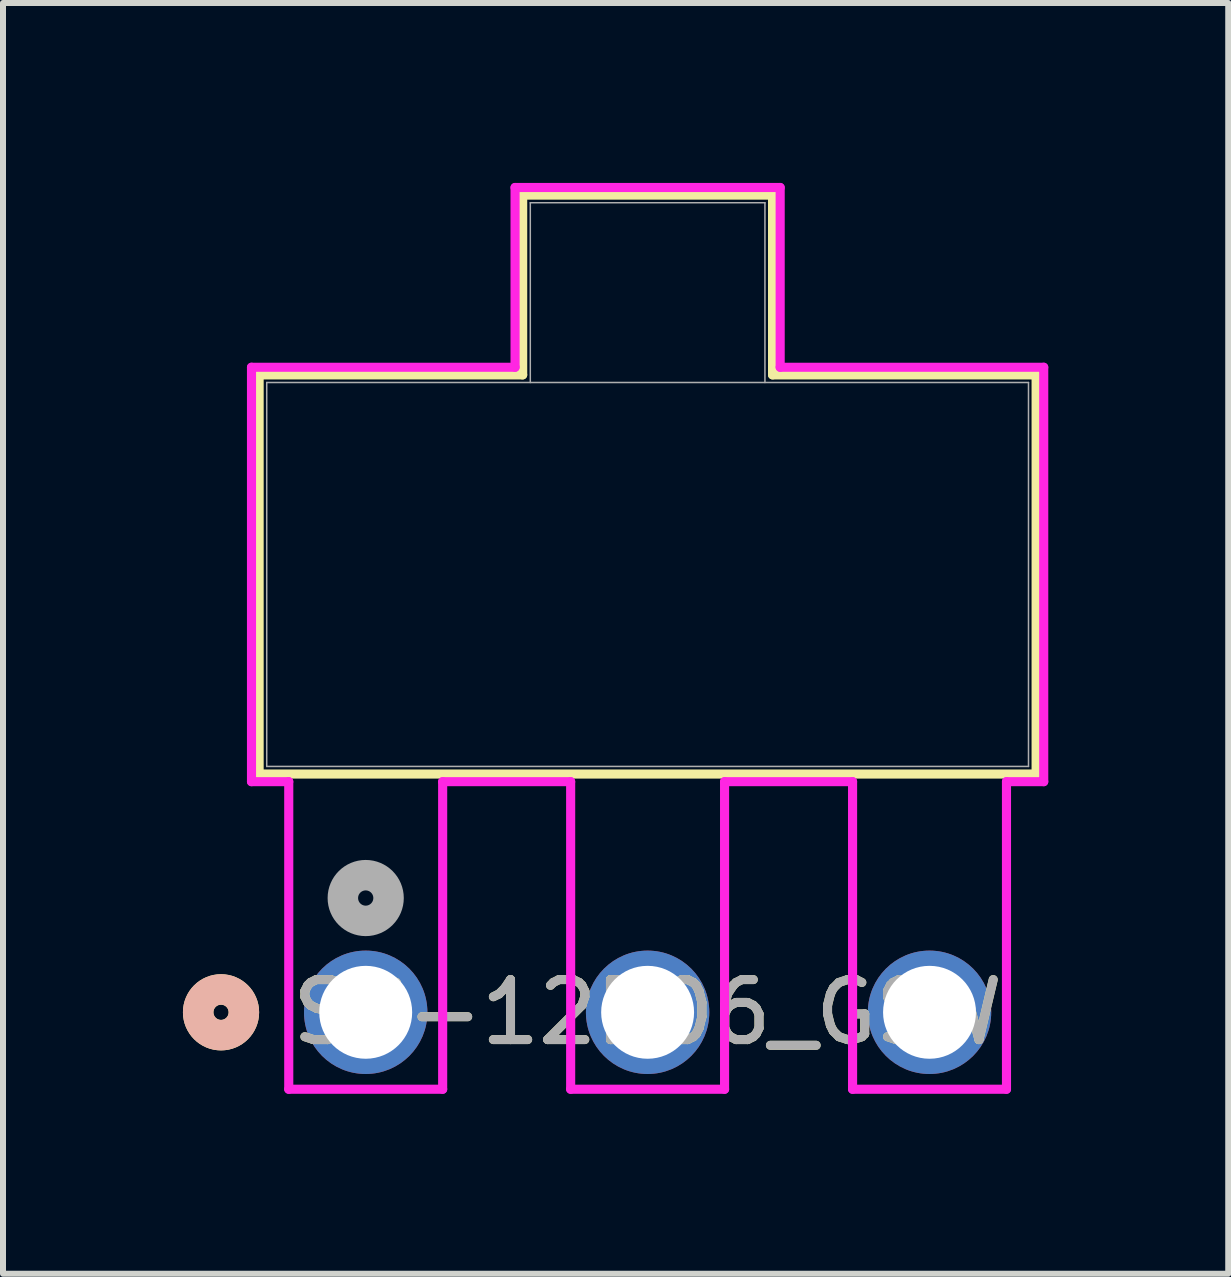
<source format=kicad_pcb>
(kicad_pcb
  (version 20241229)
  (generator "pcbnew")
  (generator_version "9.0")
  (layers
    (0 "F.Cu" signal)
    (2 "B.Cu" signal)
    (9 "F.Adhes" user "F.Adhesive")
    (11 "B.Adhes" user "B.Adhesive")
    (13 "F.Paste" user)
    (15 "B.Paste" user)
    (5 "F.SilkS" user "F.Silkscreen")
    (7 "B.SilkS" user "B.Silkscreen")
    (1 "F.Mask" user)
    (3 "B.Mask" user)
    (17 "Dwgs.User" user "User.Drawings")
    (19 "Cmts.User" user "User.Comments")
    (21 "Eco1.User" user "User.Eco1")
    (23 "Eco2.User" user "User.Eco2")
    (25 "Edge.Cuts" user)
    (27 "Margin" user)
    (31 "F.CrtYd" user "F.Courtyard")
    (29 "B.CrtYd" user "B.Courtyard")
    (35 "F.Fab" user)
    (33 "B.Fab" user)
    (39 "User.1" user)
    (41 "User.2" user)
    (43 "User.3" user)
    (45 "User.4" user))
  (footprint "SS-12D06_GSW"
    (layer "F.Cu")
    (at 3.047 13.827)
    (property "Reference" "SS-12D06_GSW" (at 4.7 0 0) (unlocked yes) (layer "F.SilkS") (effects (font (size 1 1) (thickness 0.15))))
    (attr through_hole)
    (fp_line (start -1.777 -10.627) (end 2.617 -10.627) (stroke (width 0.152) (type solid)) (layer "F.SilkS"))
    (fp_line (start -1.777 -3.972) (end -1.777 -10.627) (stroke (width 0.152) (type solid)) (layer "F.SilkS"))
    (fp_line (start 2.617 -13.624) (end 6.783 -13.624) (stroke (width 0.152) (type solid)) (layer "F.SilkS"))
    (fp_line (start 2.617 -10.627) (end 2.617 -13.624) (stroke (width 0.152) (type solid)) (layer "F.SilkS"))
    (fp_line (start 6.783 -13.624) (end 6.783 -10.627) (stroke (width 0.152) (type solid)) (layer "F.SilkS"))
    (fp_line (start 6.783 -10.627) (end 11.177 -10.627) (stroke (width 0.152) (type solid)) (layer "F.SilkS"))
    (fp_line (start 11.177 -10.627) (end 11.177 -3.972) (stroke (width 0.152) (type solid)) (layer "F.SilkS"))
    (fp_line (start 11.177 -3.972) (end -1.777 -3.972) (stroke (width 0.152) (type solid)) (layer "F.SilkS"))
    (fp_circle (center -2.412 0) (end -2.031 0) (stroke (width 0.508) (type solid)) (fill no) (layer "F.SilkS"))
    (fp_circle (center -2.412 0) (end -2.031 0) (stroke (width 0.508) (type solid)) (fill no) (layer "B.SilkS"))
    (fp_line (start -1.904 -10.754) (end -1.904 -3.845) (stroke (width 0.152) (type solid)) (layer "F.CrtYd"))
    (fp_line (start -1.904 -3.845) (end -1.283 -3.845) (stroke (width 0.152) (type solid)) (layer "F.CrtYd"))
    (fp_line (start -1.283 -3.845) (end -1.283 1.283) (stroke (width 0.152) (type solid)) (layer "F.CrtYd"))
    (fp_line (start -1.283 1.283) (end 1.283 1.283) (stroke (width 0.152) (type solid)) (layer "F.CrtYd"))
    (fp_line (start 1.283 -3.845) (end 3.417 -3.845) (stroke (width 0.152) (type solid)) (layer "F.CrtYd"))
    (fp_line (start 1.283 1.283) (end 1.283 -3.845) (stroke (width 0.152) (type solid)) (layer "F.CrtYd"))
    (fp_line (start 2.49 -13.751) (end 2.49 -10.754) (stroke (width 0.152) (type solid)) (layer "F.CrtYd"))
    (fp_line (start 2.49 -10.754) (end -1.904 -10.754) (stroke (width 0.152) (type solid)) (layer "F.CrtYd"))
    (fp_line (start 3.417 -3.845) (end 3.417 1.283) (stroke (width 0.152) (type solid)) (layer "F.CrtYd"))
    (fp_line (start 3.417 1.283) (end 5.983 1.283) (stroke (width 0.152) (type solid)) (layer "F.CrtYd"))
    (fp_line (start 5.983 -3.845) (end 8.117 -3.845) (stroke (width 0.152) (type solid)) (layer "F.CrtYd"))
    (fp_line (start 5.983 1.283) (end 5.983 -3.845) (stroke (width 0.152) (type solid)) (layer "F.CrtYd"))
    (fp_line (start 6.91 -13.751) (end 2.49 -13.751) (stroke (width 0.152) (type solid)) (layer "F.CrtYd"))
    (fp_line (start 6.91 -10.754) (end 6.91 -13.751) (stroke (width 0.152) (type solid)) (layer "F.CrtYd"))
    (fp_line (start 8.117 -3.845) (end 8.117 1.283) (stroke (width 0.152) (type solid)) (layer "F.CrtYd"))
    (fp_line (start 8.117 1.283) (end 10.683 1.283) (stroke (width 0.152) (type solid)) (layer "F.CrtYd"))
    (fp_line (start 10.683 -3.845) (end 11.304 -3.845) (stroke (width 0.152) (type solid)) (layer "F.CrtYd"))
    (fp_line (start 10.683 1.283) (end 10.683 -3.845) (stroke (width 0.152) (type solid)) (layer "F.CrtYd"))
    (fp_line (start 11.304 -10.754) (end 6.91 -10.754) (stroke (width 0.152) (type solid)) (layer "F.CrtYd"))
    (fp_line (start 11.304 -3.845) (end 11.304 -10.754) (stroke (width 0.152) (type solid)) (layer "F.CrtYd"))
    (fp_line (start -1.65 -10.5) (end -1.65 -4.099) (stroke (width 0.025) (type solid)) (layer "F.Fab"))
    (fp_line (start -1.65 -4.099) (end 11.05 -4.099) (stroke (width 0.025) (type solid)) (layer "F.Fab"))
    (fp_line (start 2.744 -13.497) (end 6.656 -13.497) (stroke (width 0.025) (type solid)) (layer "F.Fab"))
    (fp_line (start 2.744 -10.5) (end 2.744 -13.497) (stroke (width 0.025) (type solid)) (layer "F.Fab"))
    (fp_line (start 6.656 -10.5) (end 6.656 -13.497) (stroke (width 0.025) (type solid)) (layer "F.Fab"))
    (fp_line (start 11.05 -10.5) (end -1.65 -10.5) (stroke (width 0.025) (type solid)) (layer "F.Fab"))
    (fp_line (start 11.05 -4.099) (end 11.05 -10.5) (stroke (width 0.025) (type solid)) (layer "F.Fab"))
    (fp_circle (center 0 -1.905) (end 0.381 -1.905) (stroke (width 0.508) (type solid)) (fill no) (layer "F.Fab"))
    (fp_text user "${REFERENCE}" (at 4.7 0 0) (unlocked yes) (layer "F.Fab") (effects (font (size 1 1) (thickness 0.15))))
    (pad "1" thru_hole circle (at 0 0) (size 2.057 2.057) (drill 1.549) (layers "*.Cu" "*.Mask"))
    (pad "2" thru_hole circle (at 4.7 0) (size 2.057 2.057) (drill 1.549) (layers "*.Cu" "*.Mask"))
    (pad "3" thru_hole circle (at 9.4 0) (size 2.057 2.057) (drill 1.549) (layers "*.Cu" "*.Mask")))
  (gr_rect
    (start -3 -3)
    (end 17.427 18.186)
    (stroke (width 0.1) (type default))
    (fill no)
    (layer "Edge.Cuts")))
</source>
